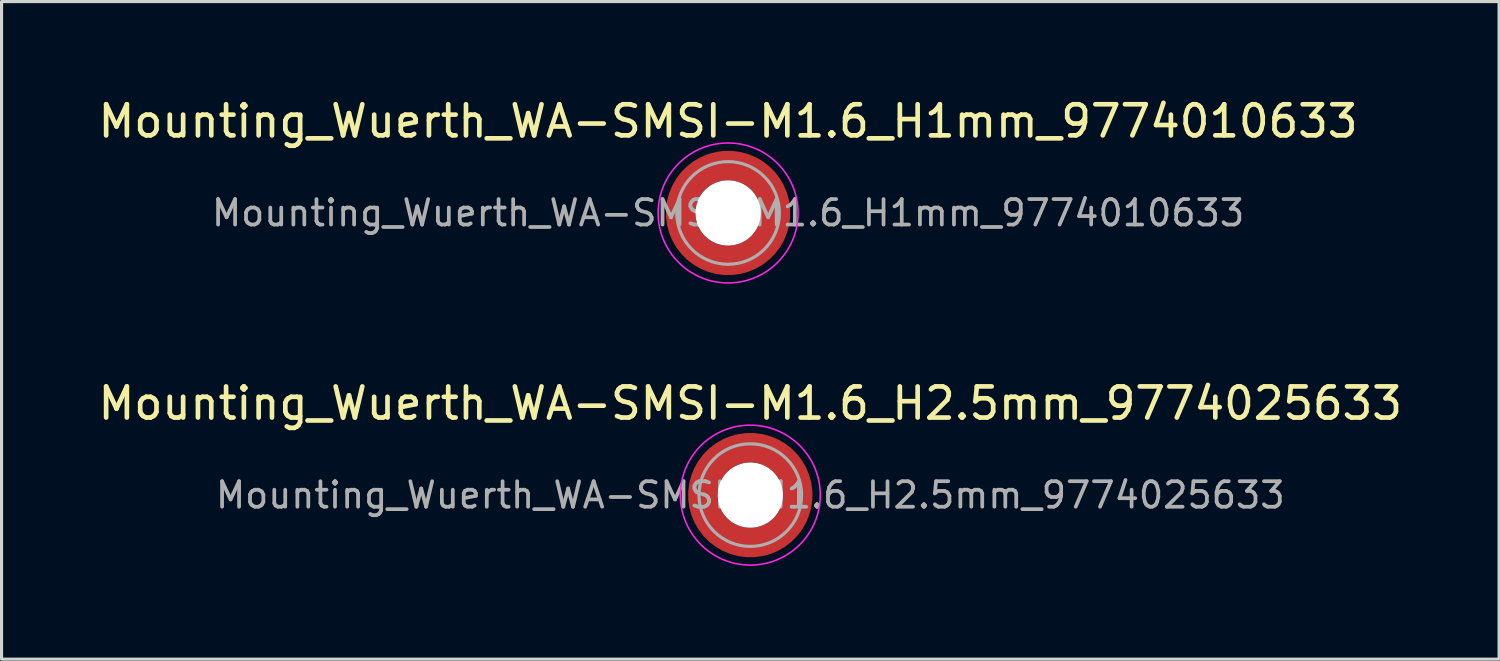
<source format=kicad_pcb>
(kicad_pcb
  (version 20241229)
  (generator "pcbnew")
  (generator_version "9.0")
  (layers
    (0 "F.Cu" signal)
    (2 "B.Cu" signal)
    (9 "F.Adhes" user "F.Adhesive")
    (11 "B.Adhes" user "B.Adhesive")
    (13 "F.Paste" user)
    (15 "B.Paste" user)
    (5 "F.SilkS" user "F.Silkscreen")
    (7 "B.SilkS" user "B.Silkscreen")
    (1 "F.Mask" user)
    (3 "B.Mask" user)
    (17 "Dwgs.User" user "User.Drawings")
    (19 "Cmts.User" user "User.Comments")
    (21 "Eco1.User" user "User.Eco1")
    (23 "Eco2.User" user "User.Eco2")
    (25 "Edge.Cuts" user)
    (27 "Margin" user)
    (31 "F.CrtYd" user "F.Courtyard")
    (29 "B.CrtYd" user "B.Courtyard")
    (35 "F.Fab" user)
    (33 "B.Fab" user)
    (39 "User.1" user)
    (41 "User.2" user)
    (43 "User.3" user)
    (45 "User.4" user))
  (footprint "Mounting_Wuerth_WA-SMSI-M1.6_H2.5mm_9774025633"
    (layer "F.Cu")
    (at 21.077 12.871)
    (property "Reference" "Mounting_Wuerth_WA-SMSI-M1.6_H2.5mm_9774025633" (at 0 -2.95 0) (layer "F.SilkS") (effects (font (size 1 1) (thickness 0.15))))
    (attr smd)
    (fp_circle (center 0 0) (end 2.25 0) (stroke (width 0.05) (type solid)) (fill no) (layer "F.CrtYd"))
    (fp_circle (center 0 0) (end 1.65 0) (stroke (width 0.1) (type solid)) (fill no) (layer "F.Fab"))
    (fp_text user "${REFERENCE}" (at 0 0 0) (layer "F.Fab") (effects (font (size 0.82 0.82) (thickness 0.12))))
    (pad "" smd custom (at -1.061 -1.061) (size 0.4 0.4) (layers "F.Paste") (options (anchor circle)) (primitives (gr_arc (start -0.101235 0.76066) (mid 0.211799 0.212465) (end 0.759748 -0.100999) (width 0.2)) (gr_arc (start -0.204251 0.76066) (mid 0.141299 0.141544) (end 0.760323 -0.204171) (width 0.2)) (gr_arc (start -0.306819 0.76066) (mid 0.070255 0.071167) (end 0.759401 -0.306542) (width 0.2)) (gr_arc (start -0.409034 0.76066) (mid -0.000242 0.000241) (end 0.759991 -0.408897) (width 0.2)) (gr_arc (start -0.510963 0.76066) (mid -0.071561 -0.06986) (end 0.758297 -0.51051) (width 0.2)) (gr_arc (start -0.61266 0.76066) (mid -0.142171 -0.140671) (end 0.758572 -0.612284) (width 0.2)) (gr_arc (start -0.714164 0.76066) (mid -0.212264 -0.212) (end 0.760292 -0.714102) (width 0.2)) (gr_line (start 0.761 -0.101) (end 0.761 -0.714) (width 0.2)) (gr_line (start -0.101 0.761) (end -0.714 0.761) (width 0.2))))
    (pad "" smd custom (at -1.061 1.061) (size 0.4 0.4) (layers "F.Paste") (options (anchor circle)) (primitives (gr_arc (start 0.76066 0.101235) (mid 0.212465 -0.211799) (end -0.100999 -0.759748) (width 0.2)) (gr_arc (start 0.76066 0.204251) (mid 0.141544 -0.141299) (end -0.204171 -0.760323) (width 0.2)) (gr_arc (start 0.76066 0.306819) (mid 0.071167 -0.070255) (end -0.306542 -0.759401) (width 0.2)) (gr_arc (start 0.76066 0.409034) (mid 0.000241 0.000242) (end -0.408897 -0.759991) (width 0.2)) (gr_arc (start 0.76066 0.510963) (mid -0.06986 0.071561) (end -0.51051 -0.758297) (width 0.2)) (gr_arc (start 0.76066 0.61266) (mid -0.140671 0.142171) (end -0.612284 -0.758572) (width 0.2)) (gr_arc (start 0.76066 0.714164) (mid -0.212 0.212264) (end -0.714102 -0.760292) (width 0.2)) (gr_line (start -0.101 -0.761) (end -0.714 -0.761) (width 0.2)) (gr_line (start 0.761 0.101) (end 0.761 0.714) (width 0.2))))
    (pad "" np_thru_hole circle (at 0 0) (size 2.1 2.1) (drill 2.1) (layers "*.Cu" "*.Mask"))
    (pad "" smd custom (at 1.061 -1.061) (size 0.4 0.4) (layers "F.Paste") (options (anchor circle)) (primitives (gr_arc (start -0.76066 -0.101235) (mid -0.212465 0.211799) (end 0.100999 0.759748) (width 0.2)) (gr_arc (start -0.76066 -0.204251) (mid -0.141544 0.141299) (end 0.204171 0.760323) (width 0.2)) (gr_arc (start -0.76066 -0.306819) (mid -0.071167 0.070255) (end 0.306542 0.759401) (width 0.2)) (gr_arc (start -0.76066 -0.409034) (mid -0.000241 -0.000242) (end 0.408897 0.759991) (width 0.2)) (gr_arc (start -0.76066 -0.510963) (mid 0.06986 -0.071561) (end 0.51051 0.758297) (width 0.2)) (gr_arc (start -0.76066 -0.61266) (mid 0.140671 -0.142171) (end 0.612284 0.758572) (width 0.2)) (gr_arc (start -0.76066 -0.714164) (mid 0.212 -0.212264) (end 0.714102 0.760292) (width 0.2)) (gr_line (start 0.101 0.761) (end 0.714 0.761) (width 0.2)) (gr_line (start -0.761 -0.101) (end -0.761 -0.714) (width 0.2))))
    (pad "" smd custom (at 1.061 1.061) (size 0.4 0.4) (layers "F.Paste") (options (anchor circle)) (primitives (gr_arc (start 0.101235 -0.76066) (mid -0.211799 -0.212465) (end -0.759748 0.100999) (width 0.2)) (gr_arc (start 0.204251 -0.76066) (mid -0.141299 -0.141544) (end -0.760323 0.204171) (width 0.2)) (gr_arc (start 0.306819 -0.76066) (mid -0.070255 -0.071167) (end -0.759401 0.306542) (width 0.2)) (gr_arc (start 0.409034 -0.76066) (mid 0.000242 -0.000241) (end -0.759991 0.408897) (width 0.2)) (gr_arc (start 0.510963 -0.76066) (mid 0.071561 0.06986) (end -0.758297 0.51051) (width 0.2)) (gr_arc (start 0.61266 -0.76066) (mid 0.142171 0.140671) (end -0.758572 0.612284) (width 0.2)) (gr_arc (start 0.714164 -0.76066) (mid 0.212264 0.212) (end -0.760292 0.714102) (width 0.2)) (gr_line (start -0.761 0.101) (end -0.761 0.714) (width 0.2)) (gr_line (start 0.101 -0.761) (end 0.714 -0.761) (width 0.2))))
    (pad "1" smd circle (at -1.525 0) (size 0.55 0.55) (layers "F.Cu"))
    (pad "1" smd circle (at 0 -1.525) (size 0.55 0.55) (layers "F.Cu"))
    (pad "1" smd circle (at 0 1.525) (size 0.55 0.55) (layers "F.Cu"))
    (pad "1" smd custom (at 1.525 0) (size 0.55 0.55) (layers "F.Cu" "F.Mask") (options (anchor circle)) (primitives (gr_circle (center -1.525 0) (end 0 0) (width 0.95) (fill no)))))
  (footprint "Mounting_Wuerth_WA-SMSI-M1.6_H1mm_9774010633"
    (layer "F.Cu")
    (at 20.363 3.798)
    (property "Reference" "Mounting_Wuerth_WA-SMSI-M1.6_H1mm_9774010633" (at 0 -2.95 0) (layer "F.SilkS") (effects (font (size 1 1) (thickness 0.15))))
    (attr smd)
    (fp_circle (center 0 0) (end 2.25 0) (stroke (width 0.05) (type solid)) (fill no) (layer "F.CrtYd"))
    (fp_circle (center 0 0) (end 1.65 0) (stroke (width 0.1) (type solid)) (fill no) (layer "F.Fab"))
    (fp_text user "${REFERENCE}" (at 0 0 0) (layer "F.Fab") (effects (font (size 0.82 0.82) (thickness 0.12))))
    (pad "" smd custom (at -1.061 -1.061) (size 0.4 0.4) (layers "F.Paste") (options (anchor circle)) (primitives (gr_arc (start -0.101235 0.76066) (mid 0.211799 0.212465) (end 0.759748 -0.100999) (width 0.2)) (gr_arc (start -0.204251 0.76066) (mid 0.141299 0.141544) (end 0.760323 -0.204171) (width 0.2)) (gr_arc (start -0.306819 0.76066) (mid 0.070255 0.071167) (end 0.759401 -0.306542) (width 0.2)) (gr_arc (start -0.409034 0.76066) (mid -0.000242 0.000241) (end 0.759991 -0.408897) (width 0.2)) (gr_arc (start -0.510963 0.76066) (mid -0.071561 -0.06986) (end 0.758297 -0.51051) (width 0.2)) (gr_arc (start -0.61266 0.76066) (mid -0.142171 -0.140671) (end 0.758572 -0.612284) (width 0.2)) (gr_arc (start -0.714164 0.76066) (mid -0.212264 -0.212) (end 0.760292 -0.714102) (width 0.2)) (gr_line (start 0.761 -0.101) (end 0.761 -0.714) (width 0.2)) (gr_line (start -0.101 0.761) (end -0.714 0.761) (width 0.2))))
    (pad "" smd custom (at -1.061 1.061) (size 0.4 0.4) (layers "F.Paste") (options (anchor circle)) (primitives (gr_arc (start 0.76066 0.101235) (mid 0.212465 -0.211799) (end -0.100999 -0.759748) (width 0.2)) (gr_arc (start 0.76066 0.204251) (mid 0.141544 -0.141299) (end -0.204171 -0.760323) (width 0.2)) (gr_arc (start 0.76066 0.306819) (mid 0.071167 -0.070255) (end -0.306542 -0.759401) (width 0.2)) (gr_arc (start 0.76066 0.409034) (mid 0.000241 0.000242) (end -0.408897 -0.759991) (width 0.2)) (gr_arc (start 0.76066 0.510963) (mid -0.06986 0.071561) (end -0.51051 -0.758297) (width 0.2)) (gr_arc (start 0.76066 0.61266) (mid -0.140671 0.142171) (end -0.612284 -0.758572) (width 0.2)) (gr_arc (start 0.76066 0.714164) (mid -0.212 0.212264) (end -0.714102 -0.760292) (width 0.2)) (gr_line (start -0.101 -0.761) (end -0.714 -0.761) (width 0.2)) (gr_line (start 0.761 0.101) (end 0.761 0.714) (width 0.2))))
    (pad "" np_thru_hole circle (at 0 0) (size 2.1 2.1) (drill 2.1) (layers "*.Cu" "*.Mask"))
    (pad "" smd custom (at 1.061 -1.061) (size 0.4 0.4) (layers "F.Paste") (options (anchor circle)) (primitives (gr_arc (start -0.76066 -0.101235) (mid -0.212465 0.211799) (end 0.100999 0.759748) (width 0.2)) (gr_arc (start -0.76066 -0.204251) (mid -0.141544 0.141299) (end 0.204171 0.760323) (width 0.2)) (gr_arc (start -0.76066 -0.306819) (mid -0.071167 0.070255) (end 0.306542 0.759401) (width 0.2)) (gr_arc (start -0.76066 -0.409034) (mid -0.000241 -0.000242) (end 0.408897 0.759991) (width 0.2)) (gr_arc (start -0.76066 -0.510963) (mid 0.06986 -0.071561) (end 0.51051 0.758297) (width 0.2)) (gr_arc (start -0.76066 -0.61266) (mid 0.140671 -0.142171) (end 0.612284 0.758572) (width 0.2)) (gr_arc (start -0.76066 -0.714164) (mid 0.212 -0.212264) (end 0.714102 0.760292) (width 0.2)) (gr_line (start 0.101 0.761) (end 0.714 0.761) (width 0.2)) (gr_line (start -0.761 -0.101) (end -0.761 -0.714) (width 0.2))))
    (pad "" smd custom (at 1.061 1.061) (size 0.4 0.4) (layers "F.Paste") (options (anchor circle)) (primitives (gr_arc (start 0.101235 -0.76066) (mid -0.211799 -0.212465) (end -0.759748 0.100999) (width 0.2)) (gr_arc (start 0.204251 -0.76066) (mid -0.141299 -0.141544) (end -0.760323 0.204171) (width 0.2)) (gr_arc (start 0.306819 -0.76066) (mid -0.070255 -0.071167) (end -0.759401 0.306542) (width 0.2)) (gr_arc (start 0.409034 -0.76066) (mid 0.000242 -0.000241) (end -0.759991 0.408897) (width 0.2)) (gr_arc (start 0.510963 -0.76066) (mid 0.071561 0.06986) (end -0.758297 0.51051) (width 0.2)) (gr_arc (start 0.61266 -0.76066) (mid 0.142171 0.140671) (end -0.758572 0.612284) (width 0.2)) (gr_arc (start 0.714164 -0.76066) (mid 0.212264 0.212) (end -0.760292 0.714102) (width 0.2)) (gr_line (start -0.761 0.101) (end -0.761 0.714) (width 0.2)) (gr_line (start 0.101 -0.761) (end 0.714 -0.761) (width 0.2))))
    (pad "1" smd circle (at -1.525 0) (size 0.55 0.55) (layers "F.Cu"))
    (pad "1" smd circle (at 0 -1.525) (size 0.55 0.55) (layers "F.Cu"))
    (pad "1" smd circle (at 0 1.525) (size 0.55 0.55) (layers "F.Cu"))
    (pad "1" smd custom (at 1.525 0) (size 0.55 0.55) (layers "F.Cu" "F.Mask") (options (anchor circle)) (primitives (gr_circle (center -1.525 0) (end 0 0) (width 0.95) (fill no)))))
  (gr_rect
    (start -3 -3)
    (end 45.155 18.146)
    (stroke (width 0.1) (type default))
    (fill no)
    (layer "Edge.Cuts")))
</source>
